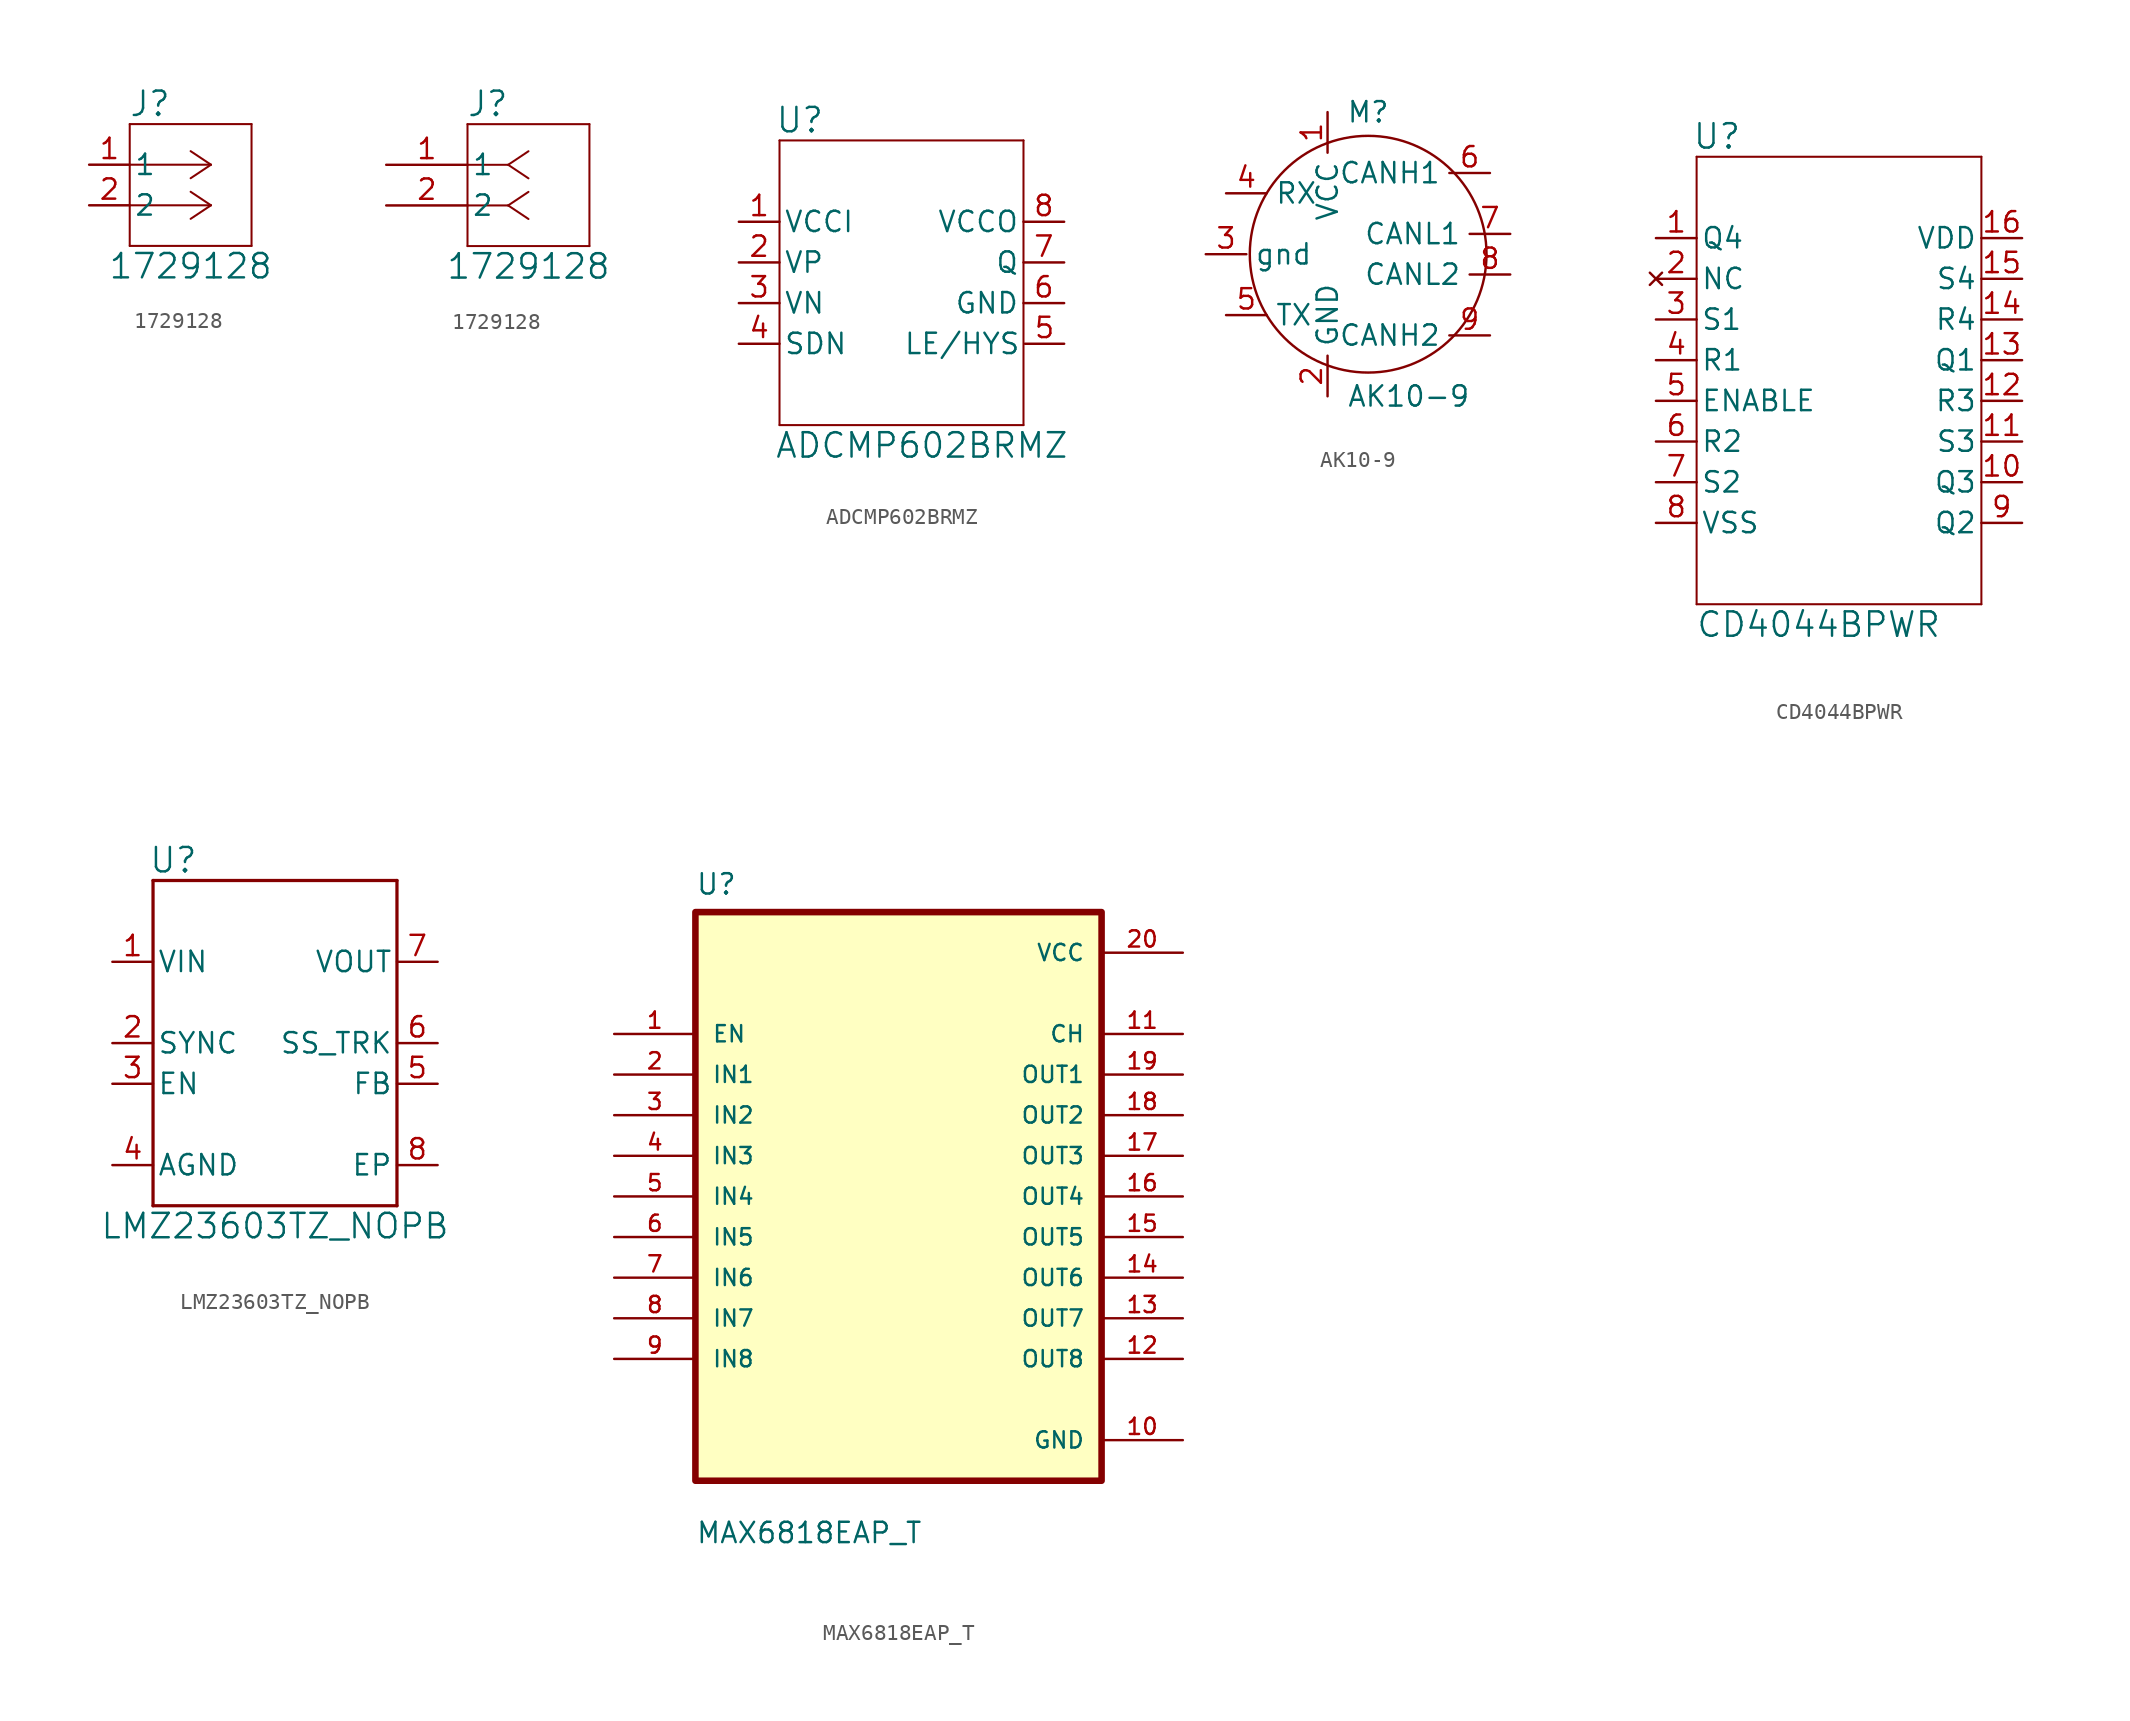
<source format=kicad_sym>
(kicad_symbol_lib
  (version 20211014)
  (generator kicad_symbol_editor)
  (symbol "1729128"
    (pin_names
      (offset 0.254))
    (property "Reference" "J"
      (at 6.35 3.81 0)
      (effects (font (size 1.524 1.524))))
    (property "Value" "1729128"
      (at 8.89 -6.35 0)
      (effects (font (size 1.524 1.524))))
    (symbol "1729128_1_1"
      (polyline (pts (xy 5.08 -5.08) (xy 12.7 -5.08)) (stroke (width 0.127) (type default) (color 0 0 0 0)) (fill (type none)))
      (polyline (pts (xy 5.08 2.54) (xy 5.08 -5.08)) (stroke (width 0.127) (type default) (color 0 0 0 0)) (fill (type none)))
      (polyline (pts (xy 10.16 -2.54) (xy 5.08 -2.54)) (stroke (width 0.127) (type default) (color 0 0 0 0)) (fill (type none)))
      (polyline (pts (xy 10.16 -2.54) (xy 8.89 -3.387)) (stroke (width 0.127) (type default) (color 0 0 0 0)) (fill (type none)))
      (polyline (pts (xy 10.16 -2.54) (xy 8.89 -1.693)) (stroke (width 0.127) (type default) (color 0 0 0 0)) (fill (type none)))
      (polyline (pts (xy 10.16 0) (xy 5.08 0)) (stroke (width 0.127) (type default) (color 0 0 0 0)) (fill (type none)))
      (polyline (pts (xy 10.16 0) (xy 8.89 -0.847)) (stroke (width 0.127) (type default) (color 0 0 0 0)) (fill (type none)))
      (polyline (pts (xy 10.16 0) (xy 8.89 0.847)) (stroke (width 0.127) (type default) (color 0 0 0 0)) (fill (type none)))
      (polyline (pts (xy 12.7 -5.08) (xy 12.7 2.54)) (stroke (width 0.127) (type default) (color 0 0 0 0)) (fill (type none)))
      (polyline (pts (xy 12.7 2.54) (xy 5.08 2.54)) (stroke (width 0.127) (type default) (color 0 0 0 0)) (fill (type none)))
      (pin unspecified line (at 2.54 0 0) (length 2.54) (name "1" (effects (font (size 1.27 1.27)))) (number "1" (effects (font (size 1.27 1.27)))))
      (pin unspecified line (at 2.54 -2.54 0) (length 2.54) (name "2" (effects (font (size 1.27 1.27)))) (number "2" (effects (font (size 1.27 1.27))))))
    (symbol "1729128_1_2"
      (polyline (pts (xy 5.08 -5.08) (xy 12.7 -5.08)) (stroke (width 0.127) (type default) (color 0 0 0 0)) (fill (type none)))
      (polyline (pts (xy 5.08 2.54) (xy 5.08 -5.08)) (stroke (width 0.127) (type default) (color 0 0 0 0)) (fill (type none)))
      (polyline (pts (xy 7.62 -2.54) (xy 5.08 -2.54)) (stroke (width 0.127) (type default) (color 0 0 0 0)) (fill (type none)))
      (polyline (pts (xy 7.62 -2.54) (xy 8.89 -3.387)) (stroke (width 0.127) (type default) (color 0 0 0 0)) (fill (type none)))
      (polyline (pts (xy 7.62 -2.54) (xy 8.89 -1.693)) (stroke (width 0.127) (type default) (color 0 0 0 0)) (fill (type none)))
      (polyline (pts (xy 7.62 0) (xy 5.08 0)) (stroke (width 0.127) (type default) (color 0 0 0 0)) (fill (type none)))
      (polyline (pts (xy 7.62 0) (xy 8.89 -0.847)) (stroke (width 0.127) (type default) (color 0 0 0 0)) (fill (type none)))
      (polyline (pts (xy 7.62 0) (xy 8.89 0.847)) (stroke (width 0.127) (type default) (color 0 0 0 0)) (fill (type none)))
      (polyline (pts (xy 12.7 -5.08) (xy 12.7 2.54)) (stroke (width 0.127) (type default) (color 0 0 0 0)) (fill (type none)))
      (polyline (pts (xy 12.7 2.54) (xy 5.08 2.54)) (stroke (width 0.127) (type default) (color 0 0 0 0)) (fill (type none)))
      (pin unspecified line (at 0 0 0) (length 5.08) (name "1" (effects (font (size 1.27 1.27)))) (number "1" (effects (font (size 1.27 1.27)))))
      (pin unspecified line (at 0 -2.54 0) (length 5.08) (name "2" (effects (font (size 1.27 1.27)))) (number "2" (effects (font (size 1.27 1.27)))))))
  (symbol "ADCMP602BRMZ"
    (pin_names
      (offset 0.254))
    (property "Reference" "U"
      (at 8.89 6.35 0)
      (effects (font (size 1.524 1.524))))
    (property "Value" "ADCMP602BRMZ"
      (at 16.51 -13.97 0)
      (effects (font (size 1.524 1.524))))
    (symbol "ADCMP602BRMZ_1_1"
      (polyline (pts (xy 7.62 -12.7) (xy 22.86 -12.7)) (stroke (width 0.127) (type default) (color 0 0 0 0)) (fill (type none)))
      (polyline (pts (xy 7.62 5.08) (xy 7.62 -12.7)) (stroke (width 0.127) (type default) (color 0 0 0 0)) (fill (type none)))
      (polyline (pts (xy 22.86 -12.7) (xy 22.86 5.08)) (stroke (width 0.127) (type default) (color 0 0 0 0)) (fill (type none)))
      (polyline (pts (xy 22.86 5.08) (xy 7.62 5.08)) (stroke (width 0.127) (type default) (color 0 0 0 0)) (fill (type none)))
      (pin power_in line (at 5.08 0 0) (length 2.54) (name "VCCI" (effects (font (size 1.27 1.27)))) (number "1" (effects (font (size 1.27 1.27)))))
      (pin input line (at 5.08 -2.54 0) (length 2.54) (name "VP" (effects (font (size 1.27 1.27)))) (number "2" (effects (font (size 1.27 1.27)))))
      (pin input line (at 5.08 -5.08 0) (length 2.54) (name "VN" (effects (font (size 1.27 1.27)))) (number "3" (effects (font (size 1.27 1.27)))))
      (pin unspecified line (at 5.08 -7.62 0) (length 2.54) (name "SDN" (effects (font (size 1.27 1.27)))) (number "4" (effects (font (size 1.27 1.27)))))
      (pin unspecified line (at 25.4 -7.62 180) (length 2.45) (name "LE/HYS" (effects (font (size 1.27 1.27)))) (number "5" (effects (font (size 1.27 1.27)))))
      (pin power_in line (at 25.4 -5.08 180) (length 2.54) (name "GND" (effects (font (size 1.27 1.27)))) (number "6" (effects (font (size 1.27 1.27)))))
      (pin output line (at 25.4 -2.54 180) (length 2.54) (name "Q" (effects (font (size 1.27 1.27)))) (number "7" (effects (font (size 1.27 1.27)))))
      (pin power_in line (at 25.4 0 180) (length 2.54) (name "VCCO" (effects (font (size 1.27 1.27)))) (number "8" (effects (font (size 1.27 1.27)))))))
  (symbol "AK10-9"
    (property "Reference" "M"
      (at 0 3.81 0)
      (effects (font (size 1.27 1.27))))
    (property "Value" "AK10-9"
      (at 2.54 -13.97 0)
      (effects (font (size 1.27 1.27))))
    (symbol "AK10-9_0_1"
      (circle (center 0 -5.08) (radius 7.405) (stroke (width 0) (type default) (color 0 0 0 0)) (fill (type none))))
    (symbol "AK10-9_1_1"
      (pin input line (at -2.54 3.81 270) (length 2.54) (name "VCC" (effects (font (size 1.27 1.27)))) (number "1" (effects (font (size 1.27 1.27)))))
      (pin input line (at -2.54 -13.97 90) (length 2.54) (name "GND" (effects (font (size 1.27 1.27)))) (number "2" (effects (font (size 1.27 1.27)))))
      (pin input line (at -10.16 -5.08 0) (length 2.54) (name "gnd" (effects (font (size 1.27 1.27)))) (number "3" (effects (font (size 1.27 1.27)))))
      (pin input line (at -8.89 -1.27 0) (length 2.54) (name "RX" (effects (font (size 1.27 1.27)))) (number "4" (effects (font (size 1.27 1.27)))))
      (pin output line (at -8.89 -8.89 0) (length 2.54) (name "TX" (effects (font (size 1.27 1.27)))) (number "5" (effects (font (size 1.27 1.27)))))
      (pin output line (at 7.62 0 180) (length 2.54) (name "CANH1" (effects (font (size 1.27 1.27)))) (number "6" (effects (font (size 1.27 1.27)))))
      (pin output line (at 8.89 -3.81 180) (length 2.54) (name "CANL1" (effects (font (size 1.27 1.27)))) (number "7" (effects (font (size 1.27 1.27)))))
      (pin output line (at 8.89 -6.35 180) (length 2.54) (name "CANL2" (effects (font (size 1.27 1.27)))) (number "8" (effects (font (size 1.27 1.27)))))
      (pin output line (at 7.62 -10.16 180) (length 2.54) (name "CANH2" (effects (font (size 1.27 1.27)))) (number "9" (effects (font (size 1.27 1.27)))))))
  (symbol "CD4044BPWR"
    (pin_names
      (offset 0.254))
    (property "Reference" "U"
      (at 8.89 6.35 0)
      (effects (font (size 1.524 1.524))))
    (property "Value" "CD4044BPWR"
      (at 15.24 -24.13 0)
      (effects (font (size 1.524 1.524))))
    (symbol "CD4044BPWR_0_1"
      (polyline (pts (xy 7.62 -22.86) (xy 25.4 -22.86)) (stroke (width 0.127) (type default) (color 0 0 0 0)) (fill (type none)))
      (polyline (pts (xy 7.62 5.08) (xy 7.62 -22.86)) (stroke (width 0.127) (type default) (color 0 0 0 0)) (fill (type none)))
      (polyline (pts (xy 25.4 -22.86) (xy 25.4 5.08)) (stroke (width 0.127) (type default) (color 0 0 0 0)) (fill (type none)))
      (polyline (pts (xy 25.4 5.08) (xy 7.62 5.08)) (stroke (width 0.127) (type default) (color 0 0 0 0)) (fill (type none)))
      (pin unspecified line (at 5.08 0 0) (length 2.54) (name "Q4" (effects (font (size 1.27 1.27)))) (number "1" (effects (font (size 1.27 1.27)))))
      (pin unspecified line (at 27.94 -15.24 180) (length 2.54) (name "Q3" (effects (font (size 1.27 1.27)))) (number "10" (effects (font (size 1.27 1.27)))))
      (pin unspecified line (at 27.94 -12.7 180) (length 2.54) (name "S3" (effects (font (size 1.27 1.27)))) (number "11" (effects (font (size 1.27 1.27)))))
      (pin unspecified line (at 27.94 -10.16 180) (length 2.54) (name "R3" (effects (font (size 1.27 1.27)))) (number "12" (effects (font (size 1.27 1.27)))))
      (pin unspecified line (at 27.94 -7.62 180) (length 2.54) (name "Q1" (effects (font (size 1.27 1.27)))) (number "13" (effects (font (size 1.27 1.27)))))
      (pin unspecified line (at 27.94 -5.08 180) (length 2.54) (name "R4" (effects (font (size 1.27 1.27)))) (number "14" (effects (font (size 1.27 1.27)))))
      (pin unspecified line (at 27.94 -2.54 180) (length 2.54) (name "S4" (effects (font (size 1.27 1.27)))) (number "15" (effects (font (size 1.27 1.27)))))
      (pin power_in line (at 27.94 0 180) (length 2.54) (name "VDD" (effects (font (size 1.27 1.27)))) (number "16" (effects (font (size 1.27 1.27)))))
      (pin no_connect line (at 5.08 -2.54 0) (length 2.54) (name "NC" (effects (font (size 1.27 1.27)))) (number "2" (effects (font (size 1.27 1.27)))))
      (pin unspecified line (at 5.08 -5.08 0) (length 2.54) (name "S1" (effects (font (size 1.27 1.27)))) (number "3" (effects (font (size 1.27 1.27)))))
      (pin unspecified line (at 5.08 -7.62 0) (length 2.54) (name "R1" (effects (font (size 1.27 1.27)))) (number "4" (effects (font (size 1.27 1.27)))))
      (pin unspecified line (at 5.08 -10.16 0) (length 2.54) (name "ENABLE" (effects (font (size 1.27 1.27)))) (number "5" (effects (font (size 1.27 1.27)))))
      (pin unspecified line (at 5.08 -12.7 0) (length 2.54) (name "R2" (effects (font (size 1.27 1.27)))) (number "6" (effects (font (size 1.27 1.27)))))
      (pin unspecified line (at 5.08 -15.24 0) (length 2.54) (name "S2" (effects (font (size 1.27 1.27)))) (number "7" (effects (font (size 1.27 1.27)))))
      (pin power_in line (at 5.08 -17.78 0) (length 2.54) (name "VSS" (effects (font (size 1.27 1.27)))) (number "8" (effects (font (size 1.27 1.27)))))
      (pin unspecified line (at 27.94 -17.78 180) (length 2.54) (name "Q2" (effects (font (size 1.27 1.27)))) (number "9" (effects (font (size 1.27 1.27)))))))
  (symbol "LMZ23603TZ_NOPB"
    (pin_names
      (offset 0.254))
    (property "Reference" "U"
      (at -13.97 11.43 0)
      (effects (font (size 1.524 1.524))))
    (property "Value" "LMZ23603TZ_NOPB"
      (at -7.62 -11.43 0)
      (effects (font (size 1.524 1.524))))
    (symbol "LMZ23603TZ_NOPB_0_1"
      (polyline (pts (xy -15.24 -10.16) (xy 0 -10.16)) (stroke (width 0.203) (type default) (color 0 0 0 0)) (fill (type none)))
      (polyline (pts (xy -15.24 10.16) (xy -15.24 -10.16)) (stroke (width 0.203) (type default) (color 0 0 0 0)) (fill (type none)))
      (polyline (pts (xy 0 -10.16) (xy 0 10.16)) (stroke (width 0.203) (type default) (color 0 0 0 0)) (fill (type none)))
      (polyline (pts (xy 0 10.16) (xy -15.24 10.16)) (stroke (width 0.203) (type default) (color 0 0 0 0)) (fill (type none)))
      (pin power_in line (at -17.78 5.08 0) (length 2.54) (name "VIN" (effects (font (size 1.27 1.27)))) (number "1" (effects (font (size 1.27 1.27)))))
      (pin input line (at -17.78 0 0) (length 2.54) (name "SYNC" (effects (font (size 1.27 1.27)))) (number "2" (effects (font (size 1.27 1.27)))))
      (pin input line (at -17.78 -2.54 0) (length 2.54) (name "EN" (effects (font (size 1.27 1.27)))) (number "3" (effects (font (size 1.27 1.27)))))
      (pin power_in line (at -17.78 -7.62 0) (length 2.54) (name "AGND" (effects (font (size 1.27 1.27)))) (number "4" (effects (font (size 1.27 1.27)))))
      (pin input line (at 2.54 -2.54 180) (length 2.54) (name "FB" (effects (font (size 1.27 1.27)))) (number "5" (effects (font (size 1.27 1.27)))))
      (pin input line (at 2.54 0 180) (length 2.54) (name "SS_TRK" (effects (font (size 1.27 1.27)))) (number "6" (effects (font (size 1.27 1.27)))))
      (pin power_in line (at 2.54 5.08 180) (length 2.54) (name "VOUT" (effects (font (size 1.27 1.27)))) (number "7" (effects (font (size 1.27 1.27)))))
      (pin power_in line (at 2.54 -7.62 180) (length 2.54) (name "EP" (effects (font (size 1.27 1.27)))) (number "8" (effects (font (size 1.27 1.27)))))))
  (symbol "MAX6818EAP_T"
    (pin_names
      (offset 1.016))
    (property "Reference" "U"
      (at -12.7 18.78 0)
      (effects (font (size 1.27 1.27)) (justify left bottom)))
    (property "Value" "MAX6818EAP_T"
      (at -12.7 -21.78 0)
      (effects (font (size 1.27 1.27)) (justify left bottom)))
    (symbol "MAX6818EAP_T_0_0"
      (rectangle (start -12.7 -17.78) (end 12.7 17.78) (stroke (width 0.41) (type default) (color 0 0 0 0)) (fill (type background)))
      (pin input line (at -17.78 10.16 0) (length 5.08) (name "EN" (effects (font (size 1.016 1.016)))) (number "1" (effects (font (size 1.016 1.016)))))
      (pin power_in line (at 17.78 -15.24 180) (length 5.08) (name "GND" (effects (font (size 1.016 1.016)))) (number "10" (effects (font (size 1.016 1.016)))))
      (pin output line (at 17.78 10.16 180) (length 5.08) (name "CH" (effects (font (size 1.016 1.016)))) (number "11" (effects (font (size 1.016 1.016)))))
      (pin output line (at 17.78 -10.16 180) (length 5.08) (name "OUT8" (effects (font (size 1.016 1.016)))) (number "12" (effects (font (size 1.016 1.016)))))
      (pin output line (at 17.78 -7.62 180) (length 5.08) (name "OUT7" (effects (font (size 1.016 1.016)))) (number "13" (effects (font (size 1.016 1.016)))))
      (pin output line (at 17.78 -5.08 180) (length 5.08) (name "OUT6" (effects (font (size 1.016 1.016)))) (number "14" (effects (font (size 1.016 1.016)))))
      (pin output line (at 17.78 -2.54 180) (length 5.08) (name "OUT5" (effects (font (size 1.016 1.016)))) (number "15" (effects (font (size 1.016 1.016)))))
      (pin output line (at 17.78 0 180) (length 5.08) (name "OUT4" (effects (font (size 1.016 1.016)))) (number "16" (effects (font (size 1.016 1.016)))))
      (pin output line (at 17.78 2.54 180) (length 5.08) (name "OUT3" (effects (font (size 1.016 1.016)))) (number "17" (effects (font (size 1.016 1.016)))))
      (pin output line (at 17.78 5.08 180) (length 5.08) (name "OUT2" (effects (font (size 1.016 1.016)))) (number "18" (effects (font (size 1.016 1.016)))))
      (pin output line (at 17.78 7.62 180) (length 5.08) (name "OUT1" (effects (font (size 1.016 1.016)))) (number "19" (effects (font (size 1.016 1.016)))))
      (pin input line (at -17.78 7.62 0) (length 5.08) (name "IN1" (effects (font (size 1.016 1.016)))) (number "2" (effects (font (size 1.016 1.016)))))
      (pin power_in line (at 17.78 15.24 180) (length 5.08) (name "VCC" (effects (font (size 1.016 1.016)))) (number "20" (effects (font (size 1.016 1.016)))))
      (pin input line (at -17.78 5.08 0) (length 5.08) (name "IN2" (effects (font (size 1.016 1.016)))) (number "3" (effects (font (size 1.016 1.016)))))
      (pin input line (at -17.78 2.54 0) (length 5.08) (name "IN3" (effects (font (size 1.016 1.016)))) (number "4" (effects (font (size 1.016 1.016)))))
      (pin input line (at -17.78 0 0) (length 5.08) (name "IN4" (effects (font (size 1.016 1.016)))) (number "5" (effects (font (size 1.016 1.016)))))
      (pin input line (at -17.78 -2.54 0) (length 5.08) (name "IN5" (effects (font (size 1.016 1.016)))) (number "6" (effects (font (size 1.016 1.016)))))
      (pin input line (at -17.78 -5.08 0) (length 5.08) (name "IN6" (effects (font (size 1.016 1.016)))) (number "7" (effects (font (size 1.016 1.016)))))
      (pin input line (at -17.78 -7.62 0) (length 5.08) (name "IN7" (effects (font (size 1.016 1.016)))) (number "8" (effects (font (size 1.016 1.016)))))
      (pin input line (at -17.78 -10.16 0) (length 5.08) (name "IN8" (effects (font (size 1.016 1.016)))) (number "9" (effects (font (size 1.016 1.016))))))))
</source>
